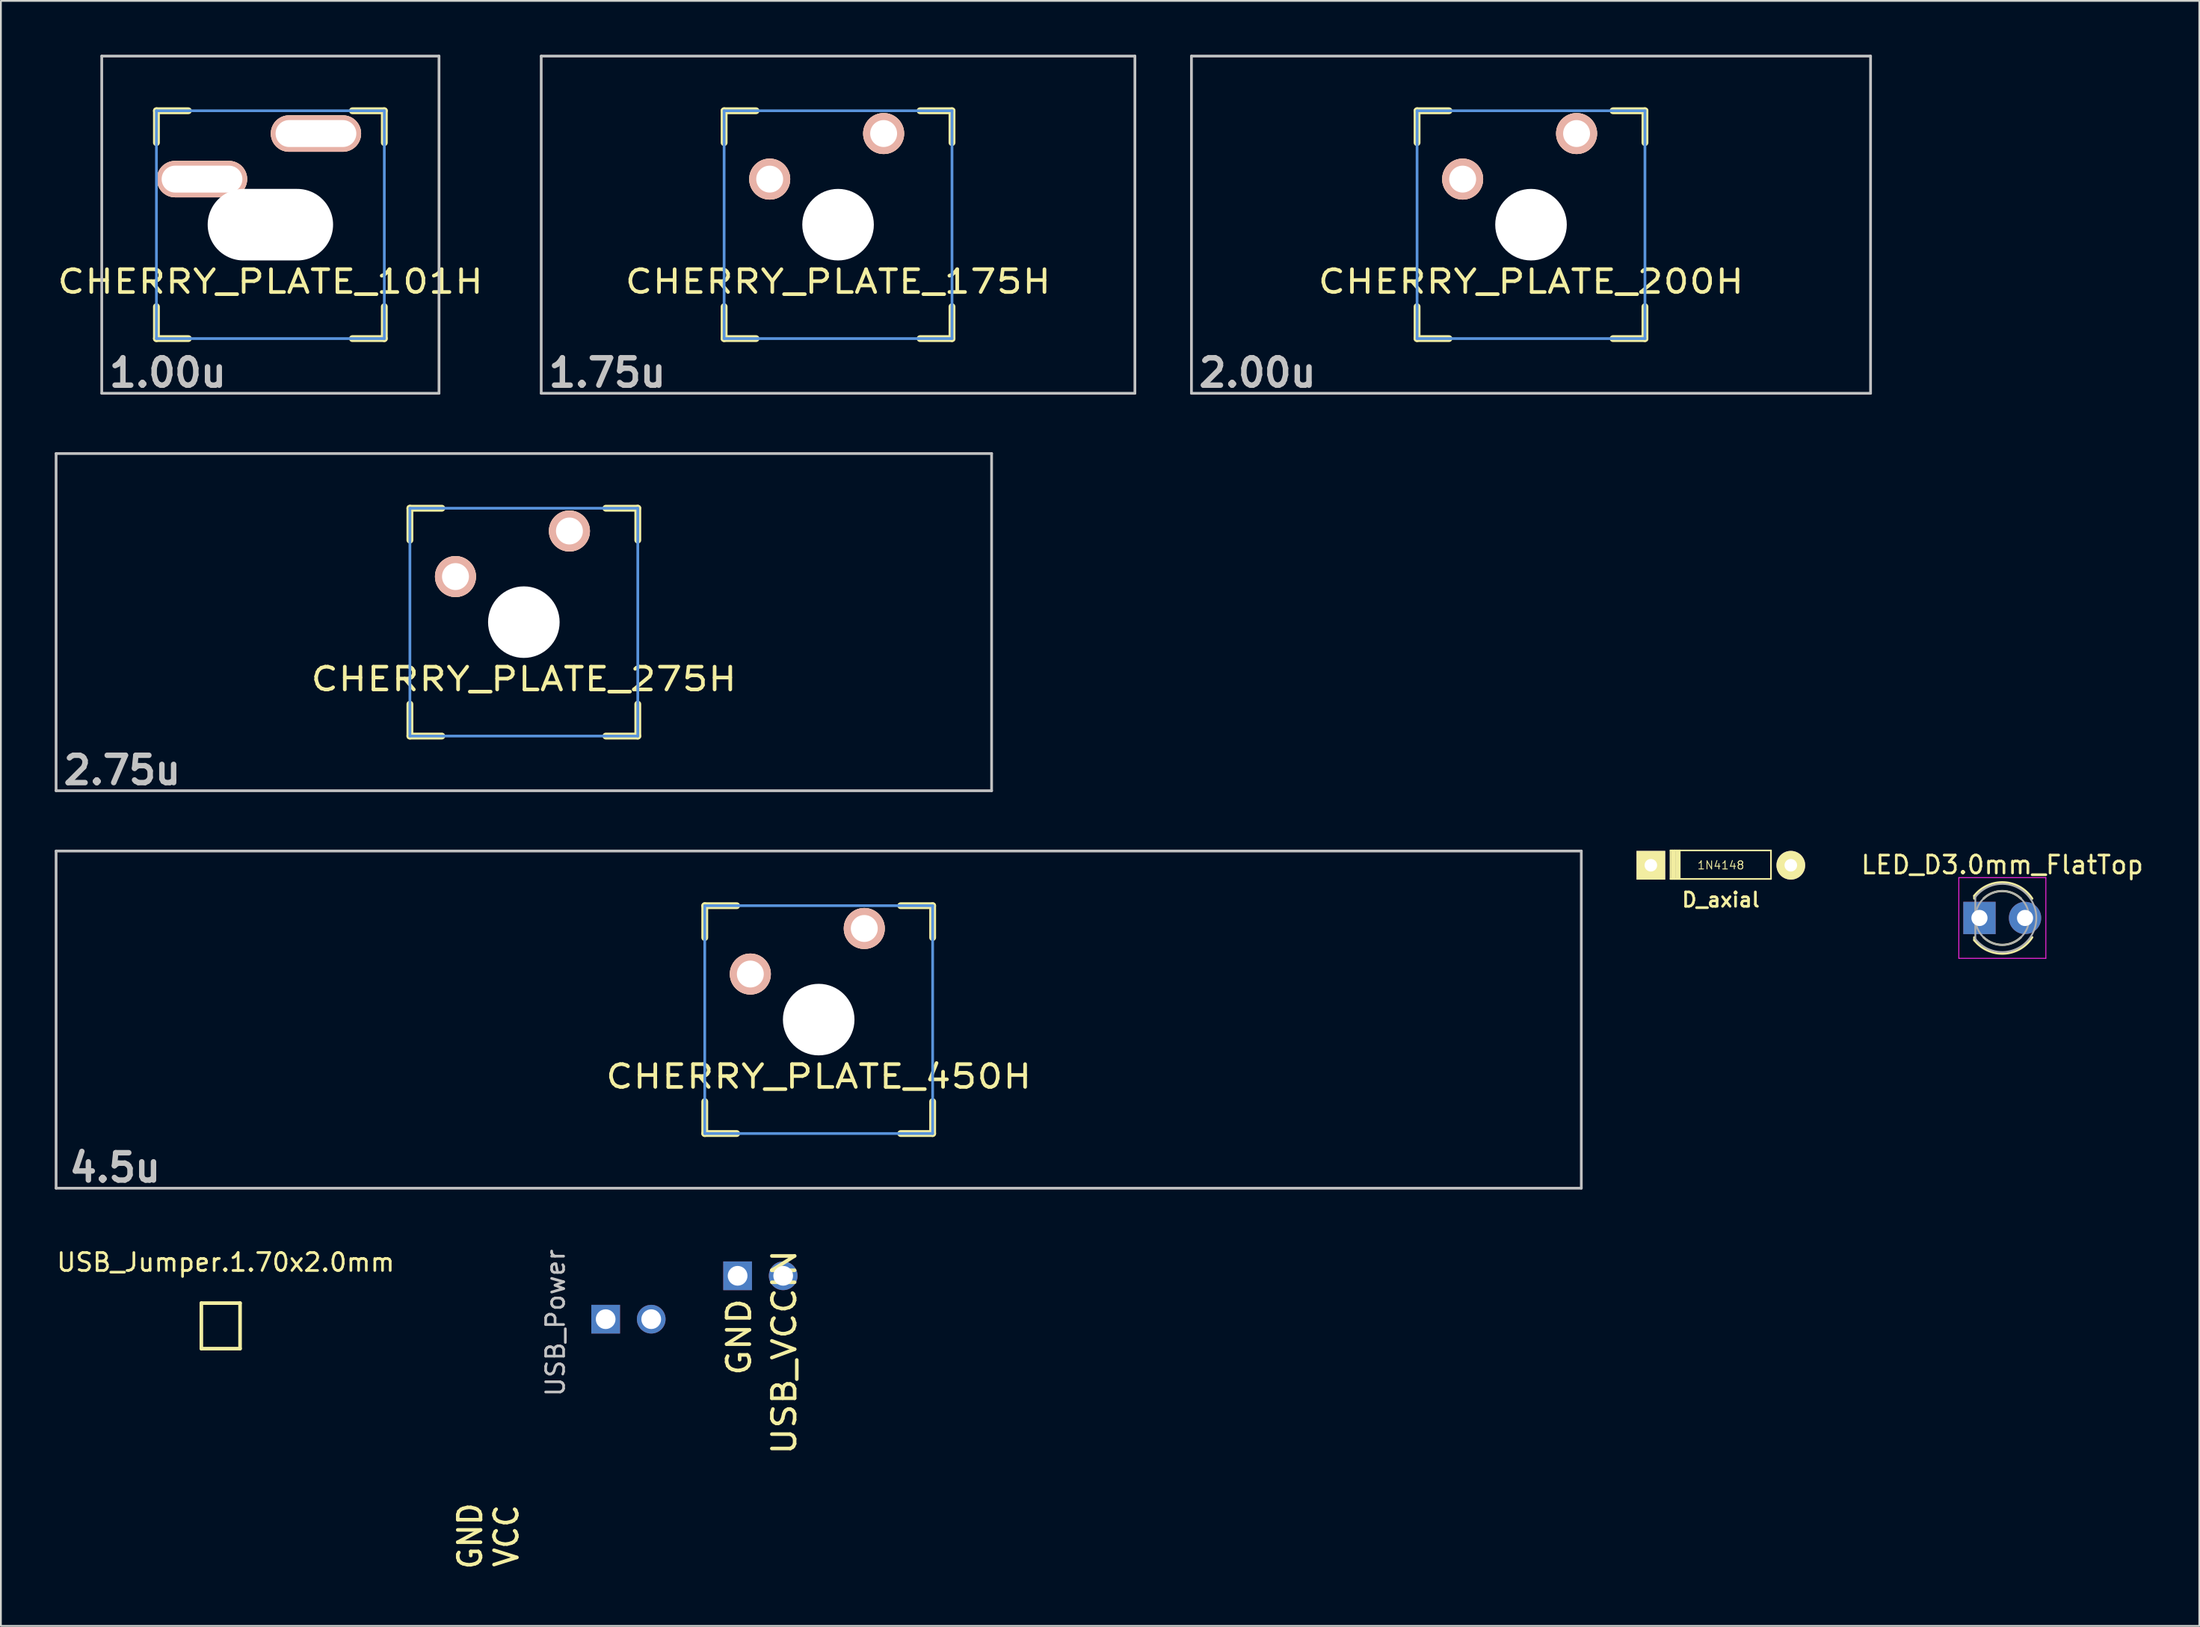
<source format=kicad_pcb>
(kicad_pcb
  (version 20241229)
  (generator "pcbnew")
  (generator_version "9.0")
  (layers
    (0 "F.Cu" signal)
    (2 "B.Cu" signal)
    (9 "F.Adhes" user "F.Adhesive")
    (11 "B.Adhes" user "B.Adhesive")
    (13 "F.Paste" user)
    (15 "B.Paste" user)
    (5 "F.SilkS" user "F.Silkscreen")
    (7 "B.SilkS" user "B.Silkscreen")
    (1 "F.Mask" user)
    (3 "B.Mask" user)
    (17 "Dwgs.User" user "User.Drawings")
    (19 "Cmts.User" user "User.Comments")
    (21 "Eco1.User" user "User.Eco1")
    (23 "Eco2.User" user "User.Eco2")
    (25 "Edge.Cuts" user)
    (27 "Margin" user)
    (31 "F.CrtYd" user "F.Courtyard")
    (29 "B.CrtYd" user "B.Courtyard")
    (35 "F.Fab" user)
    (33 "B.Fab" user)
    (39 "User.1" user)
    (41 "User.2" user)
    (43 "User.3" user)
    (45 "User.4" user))
  (footprint "USB_Jumper.1.70x2.0mm"
    (layer "F.Cu")
    (at 9.25 70.414)
    (property "Reference" "USB_Jumper.1.70x2.0mm" (at 0.279 -3.099 0) (layer "F.SilkS") (effects (font (size 1 1) (thickness 0.15))))
    (attr exclude_from_pos_files exclude_from_bom)
    (fp_poly (pts (xy -0.838 -0.572) (xy 0.838 -0.572) (xy 0.838 1.448) (xy -0.838 1.448)) (stroke (width 0.05) (type solid)) (fill yes) (layer "F.Mask"))
    (fp_line (start -1.079 -0.826) (end -1.079 1.714) (stroke (width 0.2) (type solid)) (layer "F.SilkS"))
    (fp_line (start -1.079 -0.826) (end 1.079 -0.826) (stroke (width 0.2) (type solid)) (layer "F.SilkS"))
    (fp_line (start 1.079 -0.826) (end 1.079 1.714) (stroke (width 0.2) (type solid)) (layer "F.SilkS"))
    (fp_line (start 1.079 1.714) (end -1.079 1.714) (stroke (width 0.2) (type solid)) (layer "F.SilkS")))
  (footprint "D_axial"
    (layer "F.Cu")
    (at 92.852 45.182)
    (property "Reference" "D_axial" (at 0 1.925 0) (layer "F.SilkS") (effects (font (size 0.8 0.8) (thickness 0.15))))
    (attr through_hole)
    (fp_line (start -2.806 -0.826) (end -2.806 0.762) (stroke (width 0.09) (type solid)) (layer "F.SilkS"))
    (fp_line (start -2.806 -0.826) (end 2.794 -0.826) (stroke (width 0.09) (type solid)) (layer "F.SilkS"))
    (fp_line (start -2.73 -0.826) (end -2.73 0.762) (stroke (width 0.09) (type solid)) (layer "F.SilkS"))
    (fp_line (start -2.67 -0.826) (end -2.67 0.762) (stroke (width 0.09) (type solid)) (layer "F.SilkS"))
    (fp_line (start -2.59 -0.826) (end -2.59 0.762) (stroke (width 0.09) (type solid)) (layer "F.SilkS"))
    (fp_line (start -2.55 -0.826) (end -2.55 0.762) (stroke (width 0.09) (type solid)) (layer "F.SilkS"))
    (fp_line (start -2.47 -0.826) (end -2.47 0.762) (stroke (width 0.09) (type solid)) (layer "F.SilkS"))
    (fp_line (start -2.41 -0.826) (end -2.41 0.762) (stroke (width 0.09) (type solid)) (layer "F.SilkS"))
    (fp_line (start -2.33 -0.826) (end -2.33 0.762) (stroke (width 0.09) (type solid)) (layer "F.SilkS"))
    (fp_line (start -2.29 -0.826) (end -2.29 0.762) (stroke (width 0.09) (type solid)) (layer "F.SilkS"))
    (fp_line (start 2.794 -0.826) (end 2.794 0.762) (stroke (width 0.09) (type solid)) (layer "F.SilkS"))
    (fp_line (start 2.794 0.762) (end -2.806 0.762) (stroke (width 0.09) (type solid)) (layer "F.SilkS"))
    (fp_text user "1N4148" (at 0 0 0) (layer "F.SilkS") (effects (font (size 0.45 0.45) (thickness 0.05))))
    (pad "1" thru_hole rect (at -3.9 0) (size 1.6 1.6) (drill 0.7) (layers "*.Cu" "*.Mask" "F.SilkS"))
    (pad "2" thru_hole circle (at 3.9 0) (size 1.6 1.6) (drill 0.7) (layers "*.Cu" "*.Mask" "F.SilkS")))
  (footprint "LED_D3.0mm_FlatTop"
    (layer "F.Cu")
    (at 107.265 48.12)
    (property "Reference" "LED_D3.0mm_FlatTop" (at 1.27 -2.96 0) (layer "F.SilkS") (effects (font (size 1 1) (thickness 0.15))))
    (attr through_hole)
    (fp_line (start -0.29 -1.236) (end -0.29 -1.08) (stroke (width 0.12) (type solid)) (layer "F.SilkS"))
    (fp_line (start -0.29 1.08) (end -0.29 1.236) (stroke (width 0.12) (type solid)) (layer "F.SilkS"))
    (fp_arc (start -0.29 -1.235516) (mid 1.366487 -1.987659) (end 2.942335 -1.078608) (stroke (width 0.12) (type solid)) (layer "F.SilkS"))
    (fp_arc (start 0.229039 -1.08) (mid 1.270117 -1.5) (end 2.31113 -1.079837) (stroke (width 0.12) (type solid)) (layer "F.SilkS"))
    (fp_arc (start 2.31113 1.079837) (mid 1.270117 1.5) (end 0.229039 1.08) (stroke (width 0.12) (type solid)) (layer "F.SilkS"))
    (fp_arc (start 2.942335 1.078608) (mid 1.366487 1.987659) (end -0.29 1.235516) (stroke (width 0.12) (type solid)) (layer "F.SilkS"))
    (fp_line (start -1.15 -2.25) (end -1.15 2.25) (stroke (width 0.05) (type solid)) (layer "F.CrtYd"))
    (fp_line (start -1.15 2.25) (end 3.7 2.25) (stroke (width 0.05) (type solid)) (layer "F.CrtYd"))
    (fp_line (start 3.7 -2.25) (end -1.15 -2.25) (stroke (width 0.05) (type solid)) (layer "F.CrtYd"))
    (fp_line (start 3.7 2.25) (end 3.7 -2.25) (stroke (width 0.05) (type solid)) (layer "F.CrtYd"))
    (fp_line (start -0.23 -1.166) (end -0.23 1.166) (stroke (width 0.1) (type solid)) (layer "F.Fab"))
    (fp_arc (start -0.23 -1.16619) (mid 3.17 0.000452) (end -0.230555 1.165476) (stroke (width 0.1) (type solid)) (layer "F.Fab"))
    (fp_circle (center 1.27 0) (end 2.77 0) (stroke (width 0.1) (type solid)) (fill no) (layer "F.Fab"))
    (pad "1" thru_hole rect (at 0 0) (size 1.8 1.8) (drill 0.9) (layers "*.Cu" "*.Mask"))
    (pad "2" thru_hole circle (at 2.54 0) (size 1.8 1.8) (drill 0.9) (layers "*.Cu" "*.Mask")))
  (footprint "CHERRY_PLATE_200H"
    (layer "F.Cu")
    (at 82.273 9.474)
    (property "Reference" "CHERRY_PLATE_200H" (at 0 3.175 0) (layer "F.SilkS") (effects (font (size 1.27 1.524) (thickness 0.203))))
    (attr through_hole)
    (fp_line (start -6.35 -6.35) (end -4.572 -6.35) (stroke (width 0.381) (type solid)) (layer "F.SilkS"))
    (fp_line (start -6.35 -4.572) (end -6.35 -6.35) (stroke (width 0.381) (type solid)) (layer "F.SilkS"))
    (fp_line (start -6.35 6.35) (end -6.35 4.572) (stroke (width 0.381) (type solid)) (layer "F.SilkS"))
    (fp_line (start -4.572 6.35) (end -6.35 6.35) (stroke (width 0.381) (type solid)) (layer "F.SilkS"))
    (fp_line (start 4.572 -6.35) (end 6.35 -6.35) (stroke (width 0.381) (type solid)) (layer "F.SilkS"))
    (fp_line (start 6.35 -6.35) (end 6.35 -4.572) (stroke (width 0.381) (type solid)) (layer "F.SilkS"))
    (fp_line (start 6.35 4.572) (end 6.35 6.35) (stroke (width 0.381) (type solid)) (layer "F.SilkS"))
    (fp_line (start 6.35 6.35) (end 4.572 6.35) (stroke (width 0.381) (type solid)) (layer "F.SilkS"))
    (fp_line (start -18.923 -9.398) (end 18.923 -9.398) (stroke (width 0.152) (type solid)) (layer "Dwgs.User"))
    (fp_line (start -18.923 9.398) (end -18.923 -9.398) (stroke (width 0.152) (type solid)) (layer "Dwgs.User"))
    (fp_line (start 18.923 -9.398) (end 18.923 9.398) (stroke (width 0.152) (type solid)) (layer "Dwgs.User"))
    (fp_line (start 18.923 9.398) (end -18.923 9.398) (stroke (width 0.152) (type solid)) (layer "Dwgs.User"))
    (fp_line (start -6.35 -6.35) (end 6.35 -6.35) (stroke (width 0.152) (type solid)) (layer "Cmts.User"))
    (fp_line (start -6.35 6.35) (end -6.35 -6.35) (stroke (width 0.152) (type solid)) (layer "Cmts.User"))
    (fp_line (start 6.35 -6.35) (end 6.35 6.35) (stroke (width 0.152) (type solid)) (layer "Cmts.User"))
    (fp_line (start 6.35 6.35) (end -6.35 6.35) (stroke (width 0.152) (type solid)) (layer "Cmts.User"))
    (fp_text user "2.00u" (at -15.24 8.255 0) (layer "Dwgs.User") (effects (font (size 1.524 1.524) (thickness 0.305))))
    (pad "" np_thru_hole circle (at 0 0) (size 3.988 3.988) (drill 3.988) (layers "*.Cu"))
    (pad "1" thru_hole circle (at 2.54 -5.08) (size 2.286 2.286) (drill 1.499) (layers "*.Cu" "*.SilkS" "*.Mask"))
    (pad "2" thru_hole circle (at -3.81 -2.54) (size 2.286 2.286) (drill 1.499) (layers "*.Cu" "*.SilkS" "*.Mask")))
  (footprint "USB_Power"
    (layer "F.Cu")
    (at 32.013 70.645)
    (property "Reference" "USB_Power" (at -4.108 0.042 90) (layer "Dwgs.User") (effects (font (size 1 1) (thickness 0.15))))
    (attr through_hole)
    (fp_text user "GND" (at -8.86 11.93 90) (layer "F.SilkS") (effects (font (size 1.27 1.2) (thickness 0.2))))
    (fp_text user "VCC" (at -6.84 11.92 90) (layer "F.SilkS") (effects (font (size 1.27 1.2) (thickness 0.2))))
    (pad "1" thru_hole rect (at -1.31 -0.16) (size 1.6 1.6) (drill 1.1) (layers "*.Cu" "*.Mask"))
    (pad "2" thru_hole circle (at 1.23 -0.16) (size 1.6 1.6) (drill 1.1) (layers "*.Cu" "*.Mask")))
  (footprint "CHERRY_PLATE_450H"
    (layer "F.Cu")
    (at 42.576 53.786)
    (property "Reference" "CHERRY_PLATE_450H" (at 0 3.175 0) (layer "F.SilkS") (effects (font (size 1.27 1.524) (thickness 0.203))))
    (attr through_hole)
    (fp_line (start -6.35 -6.35) (end -4.572 -6.35) (stroke (width 0.381) (type solid)) (layer "F.SilkS"))
    (fp_line (start -6.35 -4.572) (end -6.35 -6.35) (stroke (width 0.381) (type solid)) (layer "F.SilkS"))
    (fp_line (start -6.35 6.35) (end -6.35 4.572) (stroke (width 0.381) (type solid)) (layer "F.SilkS"))
    (fp_line (start -4.572 6.35) (end -6.35 6.35) (stroke (width 0.381) (type solid)) (layer "F.SilkS"))
    (fp_line (start 4.572 -6.35) (end 6.35 -6.35) (stroke (width 0.381) (type solid)) (layer "F.SilkS"))
    (fp_line (start 6.35 -6.35) (end 6.35 -4.572) (stroke (width 0.381) (type solid)) (layer "F.SilkS"))
    (fp_line (start 6.35 4.572) (end 6.35 6.35) (stroke (width 0.381) (type solid)) (layer "F.SilkS"))
    (fp_line (start 6.35 6.35) (end 4.572 6.35) (stroke (width 0.381) (type solid)) (layer "F.SilkS"))
    (fp_line (start -42.5 -9.398) (end 42.5 -9.398) (stroke (width 0.152) (type solid)) (layer "Dwgs.User"))
    (fp_line (start -42.5 9.398) (end -42.5 -9.398) (stroke (width 0.152) (type solid)) (layer "Dwgs.User"))
    (fp_line (start 42.5 -9.398) (end 42.5 9.398) (stroke (width 0.152) (type solid)) (layer "Dwgs.User"))
    (fp_line (start 42.5 9.398) (end -42.5 9.398) (stroke (width 0.152) (type solid)) (layer "Dwgs.User"))
    (fp_line (start -6.35 -6.35) (end 6.35 -6.35) (stroke (width 0.152) (type solid)) (layer "Cmts.User"))
    (fp_line (start -6.35 6.35) (end -6.35 -6.35) (stroke (width 0.152) (type solid)) (layer "Cmts.User"))
    (fp_line (start 6.35 -6.35) (end 6.35 6.35) (stroke (width 0.152) (type solid)) (layer "Cmts.User"))
    (fp_line (start 6.35 6.35) (end -6.35 6.35) (stroke (width 0.152) (type solid)) (layer "Cmts.User"))
    (fp_text user "4.5u" (at -39.213 8.255 0) (layer "Dwgs.User") (effects (font (size 1.524 1.524) (thickness 0.305))))
    (pad "" np_thru_hole circle (at 0 0) (size 3.988 3.988) (drill 3.988) (layers "*.Cu"))
    (pad "1" thru_hole circle (at 2.54 -5.08) (size 2.286 2.286) (drill 1.499) (layers "*.Cu" "*.SilkS" "*.Mask"))
    (pad "2" thru_hole circle (at -3.81 -2.54) (size 2.286 2.286) (drill 1.499) (layers "*.Cu" "*.SilkS" "*.Mask")))
  (footprint "CHERRY_PLATE_175H"
    (layer "F.Cu")
    (at 43.655 9.474)
    (property "Reference" "CHERRY_PLATE_175H" (at 0 3.175 0) (layer "F.SilkS") (effects (font (size 1.27 1.524) (thickness 0.203))))
    (attr through_hole)
    (fp_line (start -6.35 -6.35) (end -4.572 -6.35) (stroke (width 0.381) (type solid)) (layer "F.SilkS"))
    (fp_line (start -6.35 -4.572) (end -6.35 -6.35) (stroke (width 0.381) (type solid)) (layer "F.SilkS"))
    (fp_line (start -6.35 6.35) (end -6.35 4.572) (stroke (width 0.381) (type solid)) (layer "F.SilkS"))
    (fp_line (start -4.572 6.35) (end -6.35 6.35) (stroke (width 0.381) (type solid)) (layer "F.SilkS"))
    (fp_line (start 4.572 -6.35) (end 6.35 -6.35) (stroke (width 0.381) (type solid)) (layer "F.SilkS"))
    (fp_line (start 6.35 -6.35) (end 6.35 -4.572) (stroke (width 0.381) (type solid)) (layer "F.SilkS"))
    (fp_line (start 6.35 4.572) (end 6.35 6.35) (stroke (width 0.381) (type solid)) (layer "F.SilkS"))
    (fp_line (start 6.35 6.35) (end 4.572 6.35) (stroke (width 0.381) (type solid)) (layer "F.SilkS"))
    (fp_line (start -16.543 -9.398) (end 16.543 -9.398) (stroke (width 0.152) (type solid)) (layer "Dwgs.User"))
    (fp_line (start -16.543 9.398) (end -16.543 -9.398) (stroke (width 0.152) (type solid)) (layer "Dwgs.User"))
    (fp_line (start 16.543 -9.398) (end 16.543 9.398) (stroke (width 0.152) (type solid)) (layer "Dwgs.User"))
    (fp_line (start 16.543 9.398) (end -16.543 9.398) (stroke (width 0.152) (type solid)) (layer "Dwgs.User"))
    (fp_line (start -6.35 -6.35) (end 6.35 -6.35) (stroke (width 0.152) (type solid)) (layer "Cmts.User"))
    (fp_line (start -6.35 6.35) (end -6.35 -6.35) (stroke (width 0.152) (type solid)) (layer "Cmts.User"))
    (fp_line (start 6.35 -6.35) (end 6.35 6.35) (stroke (width 0.152) (type solid)) (layer "Cmts.User"))
    (fp_line (start 6.35 6.35) (end -6.35 6.35) (stroke (width 0.152) (type solid)) (layer "Cmts.User"))
    (fp_text user "1.75u" (at -12.86 8.255 0) (layer "Dwgs.User") (effects (font (size 1.524 1.524) (thickness 0.305))))
    (pad "" np_thru_hole circle (at 0 0) (size 3.988 3.988) (drill 3.988) (layers "*.Cu"))
    (pad "1" thru_hole circle (at 2.54 -5.08) (size 2.286 2.286) (drill 1.499) (layers "*.Cu" "*.SilkS" "*.Mask"))
    (pad "2" thru_hole circle (at -3.81 -2.54) (size 2.286 2.286) (drill 1.499) (layers "*.Cu" "*.SilkS" "*.Mask")))
  (footprint "USB_VCCIN"
    (layer "F.Cu")
    (at 39.327 69.972)
    (property "Reference" "USB_VCCIN" (at 1.33 2.355 90) (layer "F.SilkS") (effects (font (size 1.27 1.4) (thickness 0.2))))
    (attr through_hole)
    (fp_text user "GND" (at -1.19 1.505 90) (layer "F.SilkS") (effects (font (size 1.27 1.4) (thickness 0.2))))
    (pad "1" thru_hole rect (at -1.27 -1.905) (size 1.6 1.6) (drill 1.1) (layers "*.Cu" "*.Mask"))
    (pad "2" thru_hole circle (at 1.27 -1.905) (size 1.6 1.6) (drill 1.1) (layers "*.Cu" "*.Mask")))
  (footprint "CHERRY_PLATE_275H"
    (layer "F.Cu")
    (at 26.144 31.63)
    (property "Reference" "CHERRY_PLATE_275H" (at 0 3.175 0) (layer "F.SilkS") (effects (font (size 1.27 1.524) (thickness 0.203))))
    (attr through_hole)
    (fp_line (start -6.35 -6.35) (end -4.572 -6.35) (stroke (width 0.381) (type solid)) (layer "F.SilkS"))
    (fp_line (start -6.35 -4.572) (end -6.35 -6.35) (stroke (width 0.381) (type solid)) (layer "F.SilkS"))
    (fp_line (start -6.35 6.35) (end -6.35 4.572) (stroke (width 0.381) (type solid)) (layer "F.SilkS"))
    (fp_line (start -4.572 6.35) (end -6.35 6.35) (stroke (width 0.381) (type solid)) (layer "F.SilkS"))
    (fp_line (start 4.572 -6.35) (end 6.35 -6.35) (stroke (width 0.381) (type solid)) (layer "F.SilkS"))
    (fp_line (start 6.35 -6.35) (end 6.35 -4.572) (stroke (width 0.381) (type solid)) (layer "F.SilkS"))
    (fp_line (start 6.35 4.572) (end 6.35 6.35) (stroke (width 0.381) (type solid)) (layer "F.SilkS"))
    (fp_line (start 6.35 6.35) (end 4.572 6.35) (stroke (width 0.381) (type solid)) (layer "F.SilkS"))
    (fp_line (start -26.068 -9.398) (end 26.068 -9.398) (stroke (width 0.152) (type solid)) (layer "Dwgs.User"))
    (fp_line (start -26.068 9.398) (end -26.068 -9.398) (stroke (width 0.152) (type solid)) (layer "Dwgs.User"))
    (fp_line (start 26.068 -9.398) (end 26.068 9.398) (stroke (width 0.152) (type solid)) (layer "Dwgs.User"))
    (fp_line (start 26.068 9.398) (end -26.068 9.398) (stroke (width 0.152) (type solid)) (layer "Dwgs.User"))
    (fp_line (start -6.35 -6.35) (end 6.35 -6.35) (stroke (width 0.152) (type solid)) (layer "Cmts.User"))
    (fp_line (start -6.35 6.35) (end -6.35 -6.35) (stroke (width 0.152) (type solid)) (layer "Cmts.User"))
    (fp_line (start 6.35 -6.35) (end 6.35 6.35) (stroke (width 0.152) (type solid)) (layer "Cmts.User"))
    (fp_line (start 6.35 6.35) (end -6.35 6.35) (stroke (width 0.152) (type solid)) (layer "Cmts.User"))
    (fp_text user "2.75u" (at -22.385 8.255 0) (layer "Dwgs.User") (effects (font (size 1.524 1.524) (thickness 0.305))))
    (pad "" np_thru_hole circle (at 0 0) (size 3.988 3.988) (drill 3.988) (layers "*.Cu"))
    (pad "1" thru_hole circle (at 2.54 -5.08) (size 2.286 2.286) (drill 1.499) (layers "*.Cu" "*.SilkS" "*.Mask"))
    (pad "2" thru_hole circle (at -3.81 -2.54) (size 2.286 2.286) (drill 1.499) (layers "*.Cu" "*.SilkS" "*.Mask")))
  (footprint "CHERRY_PLATE_101H"
    (layer "F.Cu")
    (at 12.018 9.474)
    (property "Reference" "CHERRY_PLATE_101H" (at 0 3.175 0) (layer "F.SilkS") (effects (font (size 1.27 1.524) (thickness 0.203))))
    (attr through_hole)
    (fp_line (start -6.35 -6.35) (end -4.572 -6.35) (stroke (width 0.381) (type solid)) (layer "F.SilkS"))
    (fp_line (start -6.35 -4.572) (end -6.35 -6.35) (stroke (width 0.381) (type solid)) (layer "F.SilkS"))
    (fp_line (start -6.35 6.35) (end -6.35 4.572) (stroke (width 0.381) (type solid)) (layer "F.SilkS"))
    (fp_line (start -4.572 6.35) (end -6.35 6.35) (stroke (width 0.381) (type solid)) (layer "F.SilkS"))
    (fp_line (start 4.572 -6.35) (end 6.35 -6.35) (stroke (width 0.381) (type solid)) (layer "F.SilkS"))
    (fp_line (start 6.35 -6.35) (end 6.35 -4.572) (stroke (width 0.381) (type solid)) (layer "F.SilkS"))
    (fp_line (start 6.35 4.572) (end 6.35 6.35) (stroke (width 0.381) (type solid)) (layer "F.SilkS"))
    (fp_line (start 6.35 6.35) (end 4.572 6.35) (stroke (width 0.381) (type solid)) (layer "F.SilkS"))
    (fp_line (start -9.398 -9.398) (end 9.398 -9.398) (stroke (width 0.152) (type solid)) (layer "Dwgs.User"))
    (fp_line (start -9.398 9.398) (end -9.398 -9.398) (stroke (width 0.152) (type solid)) (layer "Dwgs.User"))
    (fp_line (start 9.398 -9.398) (end 9.398 9.398) (stroke (width 0.152) (type solid)) (layer "Dwgs.User"))
    (fp_line (start 9.398 9.398) (end -9.398 9.398) (stroke (width 0.152) (type solid)) (layer "Dwgs.User"))
    (fp_line (start -6.35 -6.35) (end 6.35 -6.35) (stroke (width 0.152) (type solid)) (layer "Cmts.User"))
    (fp_line (start -6.35 6.35) (end -6.35 -6.35) (stroke (width 0.152) (type solid)) (layer "Cmts.User"))
    (fp_line (start 6.35 -6.35) (end 6.35 6.35) (stroke (width 0.152) (type solid)) (layer "Cmts.User"))
    (fp_line (start 6.35 6.35) (end -6.35 6.35) (stroke (width 0.152) (type solid)) (layer "Cmts.User"))
    (fp_text user "1.00u" (at -5.715 8.255 0) (layer "Dwgs.User") (effects (font (size 1.524 1.524) (thickness 0.305))))
    (pad "" np_thru_hole oval (at 0 0) (size 6.988 3.988) (drill oval 6.988 3.988) (layers "*.Cu"))
    (pad "1" thru_hole oval (at 2.54 -5.08) (size 5.032 2.032) (drill oval 4.499 1.499) (layers "*.Cu" "*.SilkS" "*.Mask"))
    (pad "2" thru_hole oval (at -3.81 -2.54) (size 5.032 2.032) (drill oval 4.499 1.499) (layers "*.Cu" "*.SilkS" "*.Mask")))
  (gr_rect
    (start -3 -3)
    (end 119.517 87.584)
    (stroke (width 0.1) (type default))
    (fill no)
    (layer "Edge.Cuts")))
</source>
